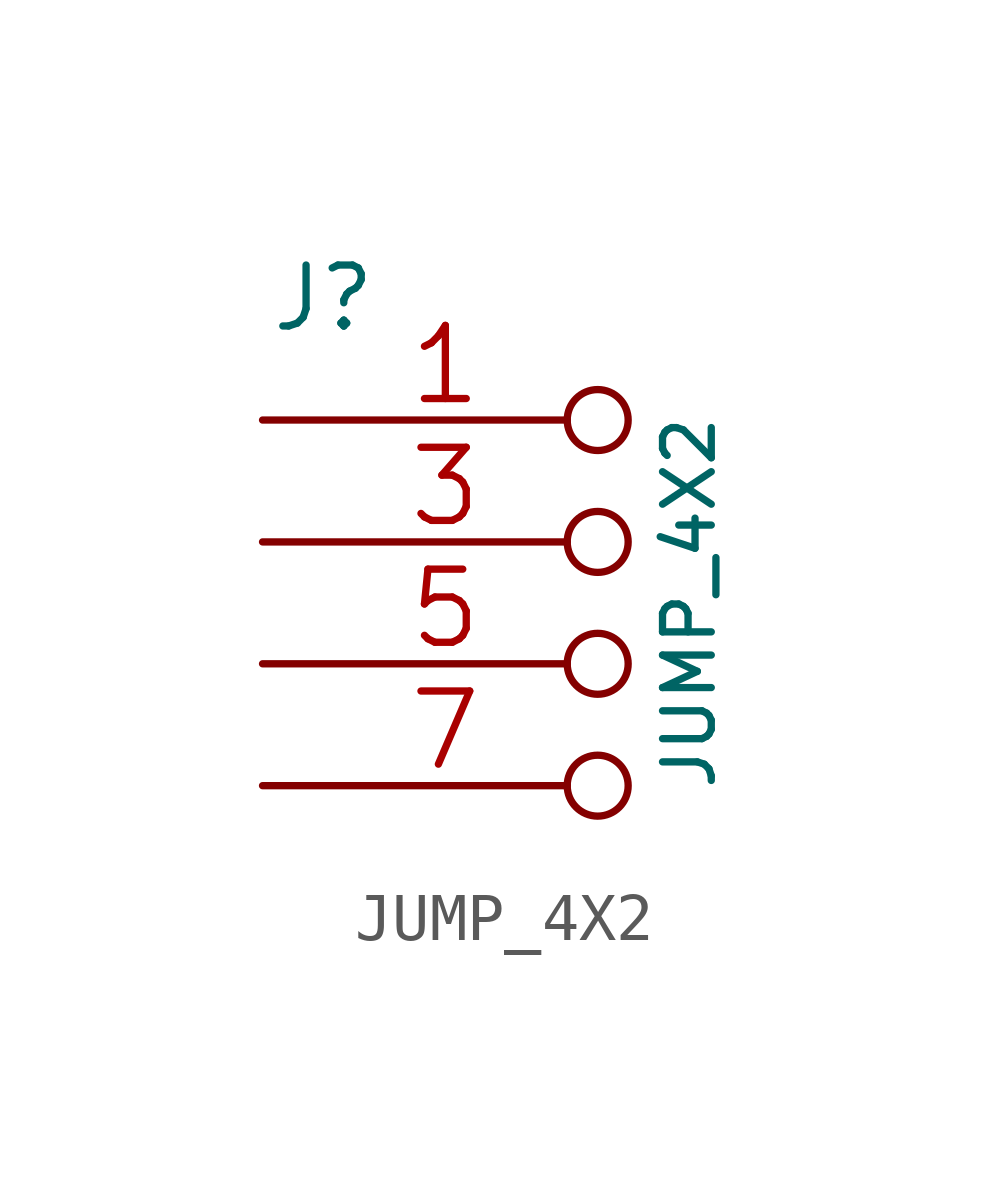
<source format=kicad_sym>
(kicad_symbol_lib
  (version 20211014)
  (generator kicad_symbol_editor)
  (symbol "JUMP_4X2"
    (pin_names
      (offset 1.016) hide)
    (property "Reference" "J"
      (at -8.89 6.35 0)
      (effects (font (size 1.27 1.27))))
    (property "Value" "JUMP_4X2"
      (at -1.27 0 90)
      (effects (font (size 1.016 1.016))))
    (property "Footprint" ""
      (at 0 0 0)
      (effects (font (size 1.524 1.524))))
    (property "Datasheet" ""
      (at 0 0 0)
      (effects (font (size 1.524 1.524))))
    (symbol "JUMP_4X2_1_1"
      (pin passive inverted (at -10.16 3.81 0) (length 7.62) (name "2" (effects (font (size 1.524 1.524)))) (number "1" (effects (font (size 1.524 1.524)))))
      (pin passive inverted (at -10.16 3.81 0) (length 7.62) hide (name "2" (effects (font (size 1.524 1.524)))) (number "2" (effects (font (size 1.524 1.524)))))
      (pin passive inverted (at -10.16 1.27 0) (length 7.62) (name "4" (effects (font (size 1.524 1.524)))) (number "3" (effects (font (size 1.524 1.524)))))
      (pin passive inverted (at -10.16 1.27 0) (length 7.62) hide (name "4" (effects (font (size 1.524 1.524)))) (number "4" (effects (font (size 1.524 1.524)))))
      (pin passive inverted (at -10.16 -1.27 0) (length 7.62) (name "5" (effects (font (size 1.524 1.524)))) (number "5" (effects (font (size 1.524 1.524)))))
      (pin passive inverted (at -10.16 -1.27 0) (length 7.62) hide (name "5" (effects (font (size 1.524 1.524)))) (number "6" (effects (font (size 1.524 1.524)))))
      (pin passive inverted (at -10.16 -3.81 0) (length 7.62) (name "8" (effects (font (size 1.524 1.524)))) (number "7" (effects (font (size 1.524 1.524)))))
      (pin passive inverted (at -10.16 -3.81 0) (length 7.62) hide (name "8" (effects (font (size 1.524 1.524)))) (number "8" (effects (font (size 1.524 1.524))))))))
</source>
